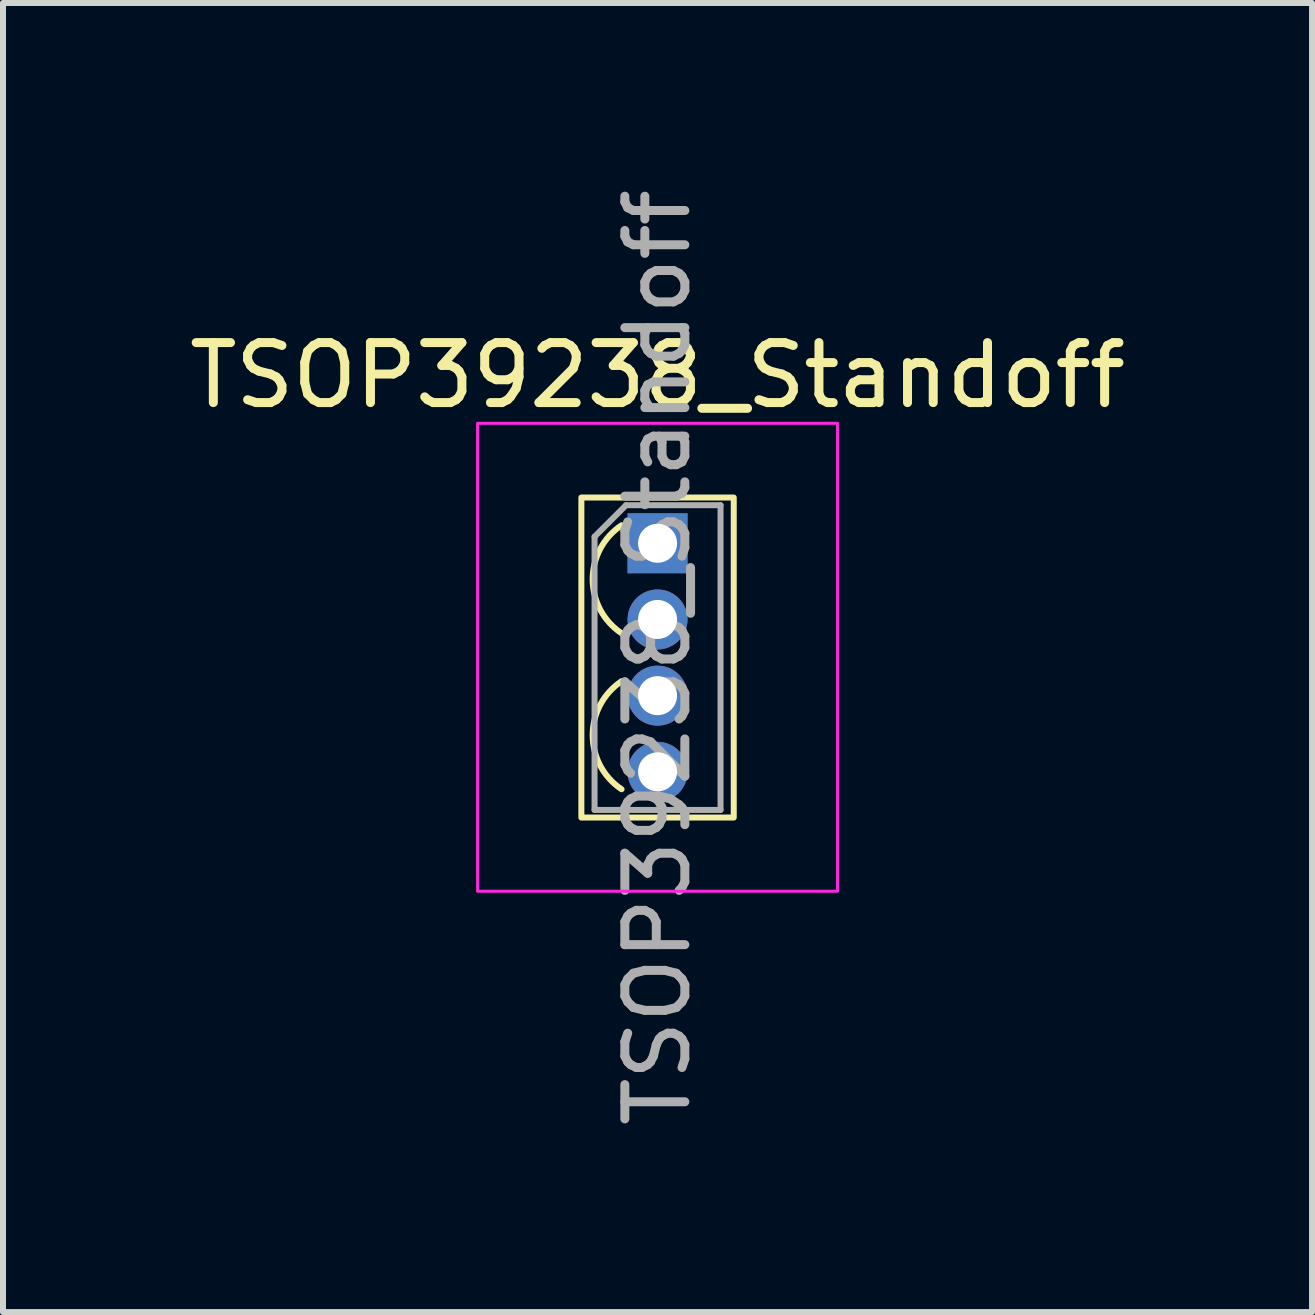
<source format=kicad_pcb>
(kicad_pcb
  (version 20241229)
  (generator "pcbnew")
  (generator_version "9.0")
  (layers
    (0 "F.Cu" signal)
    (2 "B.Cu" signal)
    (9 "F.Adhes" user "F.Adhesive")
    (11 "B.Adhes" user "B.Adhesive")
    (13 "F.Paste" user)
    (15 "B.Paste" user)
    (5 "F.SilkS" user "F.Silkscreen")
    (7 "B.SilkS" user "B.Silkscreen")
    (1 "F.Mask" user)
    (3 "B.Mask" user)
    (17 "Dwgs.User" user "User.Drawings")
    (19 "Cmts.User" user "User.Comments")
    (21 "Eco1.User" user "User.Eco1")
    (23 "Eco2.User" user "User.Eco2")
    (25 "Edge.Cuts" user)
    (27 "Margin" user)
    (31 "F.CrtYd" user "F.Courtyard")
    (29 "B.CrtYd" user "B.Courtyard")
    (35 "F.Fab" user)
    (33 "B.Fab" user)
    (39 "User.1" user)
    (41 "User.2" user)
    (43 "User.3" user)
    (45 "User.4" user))
  (footprint "TSOP39238_Standoff"
    (layer "F.Cu")
    (at 7.911 6.006)
    (property "Reference" "TSOP39238_Standoff" (at 0 -2.8 0) (layer "F.SilkS") (effects (font (size 1 1) (thickness 0.15))))
    (attr through_hole)
    (fp_rect (start -1.27 -0.762) (end 1.27 4.572) (stroke (width 0.1) (type default)) (fill no) (layer "F.SilkS"))
    (fp_arc (start -0.6 1.5) (mid -1.081665 0.6) (end -0.6 -0.3) (stroke (width 0.1) (type default)) (layer "F.SilkS"))
    (fp_arc (start -0.6 4.1) (mid -1.081665 3.2) (end -0.6 2.3) (stroke (width 0.1) (type default)) (layer "F.SilkS"))
    (fp_rect (start -3 -2) (end 3 5.8) (stroke (width 0.05) (type default)) (fill no) (layer "F.CrtYd"))
    (fp_line (start -1.05 -0.11) (end -0.525 -0.635) (stroke (width 0.1) (type solid)) (layer "F.Fab"))
    (fp_line (start -1.05 4.445) (end -1.05 -0.11) (stroke (width 0.1) (type solid)) (layer "F.Fab"))
    (fp_line (start -0.525 -0.635) (end 1.05 -0.635) (stroke (width 0.1) (type solid)) (layer "F.Fab"))
    (fp_line (start 1.05 -0.635) (end 1.05 4.445) (stroke (width 0.1) (type solid)) (layer "F.Fab"))
    (fp_line (start 1.05 4.445) (end -1.05 4.445) (stroke (width 0.1) (type solid)) (layer "F.Fab"))
    (fp_text user "${REFERENCE}" (at 0 1.905 90) (layer "F.Fab") (effects (font (size 1 1) (thickness 0.15))))
    (pad "1" thru_hole rect (at 0 0) (size 1 1) (drill 0.65) (layers "*.Cu" "*.Mask"))
    (pad "2" thru_hole oval (at 0 1.27) (size 1 1) (drill 0.65) (layers "*.Cu" "*.Mask"))
    (pad "3" thru_hole oval (at 0 2.54) (size 1 1) (drill 0.65) (layers "*.Cu" "*.Mask"))
    (pad "4" thru_hole oval (at 0 3.81) (size 1 1) (drill 0.65) (layers "*.Cu" "*.Mask")))
  (gr_rect
    (start -3 -3)
    (end 18.821 18.821)
    (stroke (width 0.1) (type default))
    (fill no)
    (layer "Edge.Cuts")))
</source>
